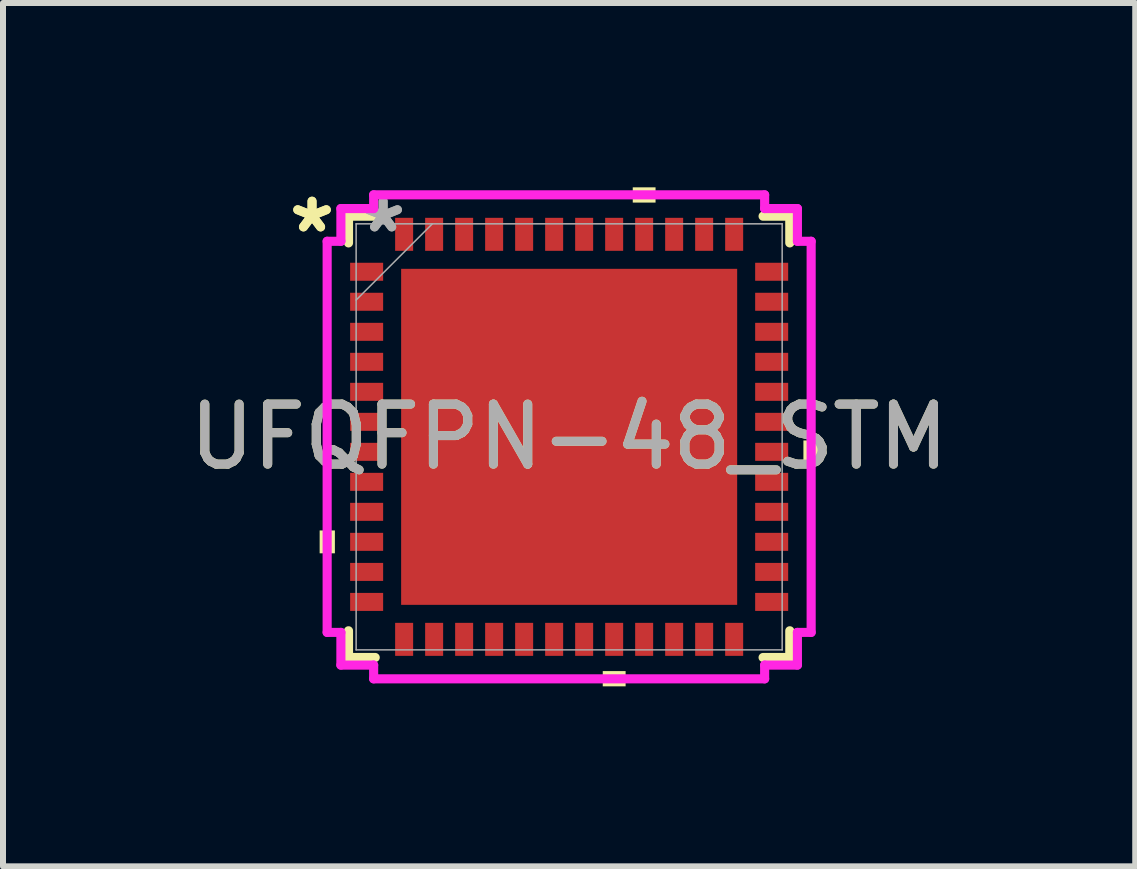
<source format=kicad_pcb>
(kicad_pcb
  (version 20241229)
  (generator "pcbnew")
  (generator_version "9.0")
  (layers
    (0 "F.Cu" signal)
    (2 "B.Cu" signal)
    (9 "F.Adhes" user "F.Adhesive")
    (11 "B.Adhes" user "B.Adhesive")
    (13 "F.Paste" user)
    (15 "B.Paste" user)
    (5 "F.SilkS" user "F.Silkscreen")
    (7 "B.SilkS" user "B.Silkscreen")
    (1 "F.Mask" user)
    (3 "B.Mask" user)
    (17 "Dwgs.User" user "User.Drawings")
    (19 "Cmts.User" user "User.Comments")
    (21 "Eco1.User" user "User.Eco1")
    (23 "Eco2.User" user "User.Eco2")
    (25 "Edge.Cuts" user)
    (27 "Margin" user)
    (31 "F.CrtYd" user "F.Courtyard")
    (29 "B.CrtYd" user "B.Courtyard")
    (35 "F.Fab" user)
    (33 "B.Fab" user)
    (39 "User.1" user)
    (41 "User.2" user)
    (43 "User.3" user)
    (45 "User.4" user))
  (footprint "UFQFPN-48_STM"
    (layer "F.Cu")
    (at 6.435 4.23)
    (property "Reference" "UFQFPN-48_STM" (at 0 0 0) (unlocked yes) (layer "F.SilkS") (effects (font (size 1 1) (thickness 0.15))))
    (attr smd)
    (fp_line (start -3.677 -3.677) (end -3.677 -3.232) (stroke (width 0.152) (type solid)) (layer "F.SilkS"))
    (fp_line (start -3.677 3.232) (end -3.677 3.677) (stroke (width 0.152) (type solid)) (layer "F.SilkS"))
    (fp_line (start -3.677 3.677) (end -3.232 3.677) (stroke (width 0.152) (type solid)) (layer "F.SilkS"))
    (fp_line (start -3.232 -3.677) (end -3.677 -3.677) (stroke (width 0.152) (type solid)) (layer "F.SilkS"))
    (fp_line (start 3.232 3.677) (end 3.677 3.677) (stroke (width 0.152) (type solid)) (layer "F.SilkS"))
    (fp_line (start 3.677 -3.677) (end 3.232 -3.677) (stroke (width 0.152) (type solid)) (layer "F.SilkS"))
    (fp_line (start 3.677 -3.232) (end 3.677 -3.677) (stroke (width 0.152) (type solid)) (layer "F.SilkS"))
    (fp_line (start 3.677 3.677) (end 3.677 3.232) (stroke (width 0.152) (type solid)) (layer "F.SilkS"))
    (fp_poly (pts (xy -4.158 1.56) (xy -4.158 1.941) (xy -3.904 1.941) (xy -3.904 1.56)) (stroke (width 0) (type solid)) (fill yes) (layer "F.SilkS"))
    (fp_poly (pts (xy 0.56 3.904) (xy 0.56 4.158) (xy 0.941 4.158) (xy 0.941 3.904)) (stroke (width 0) (type solid)) (fill yes) (layer "F.SilkS"))
    (fp_poly (pts (xy 1.06 -3.904) (xy 1.06 -4.158) (xy 1.44 -4.158) (xy 1.44 -3.904)) (stroke (width 0) (type solid)) (fill yes) (layer "F.SilkS"))
    (fp_poly (pts (xy 4.158 0.06) (xy 4.158 0.441) (xy 3.904 0.441) (xy 3.904 0.06)) (stroke (width 0) (type solid)) (fill yes) (layer "F.SilkS"))
    (fp_poly (pts (xy -2.7 -2.7) (xy -2.7 -1.5) (xy -1.5 -1.5) (xy -1.5 -2.7)) (stroke (width 0) (type solid)) (fill yes) (layer "F.Paste"))
    (fp_poly (pts (xy -2.7 -1.3) (xy -2.7 -0.1) (xy -1.5 -0.1) (xy -1.5 -1.3)) (stroke (width 0) (type solid)) (fill yes) (layer "F.Paste"))
    (fp_poly (pts (xy -2.7 0.1) (xy -2.7 1.3) (xy -1.5 1.3) (xy -1.5 0.1)) (stroke (width 0) (type solid)) (fill yes) (layer "F.Paste"))
    (fp_poly (pts (xy -2.7 1.5) (xy -2.7 2.7) (xy -1.5 2.7) (xy -1.5 1.5)) (stroke (width 0) (type solid)) (fill yes) (layer "F.Paste"))
    (fp_poly (pts (xy -1.3 -2.7) (xy -1.3 -1.5) (xy -0.1 -1.5) (xy -0.1 -2.7)) (stroke (width 0) (type solid)) (fill yes) (layer "F.Paste"))
    (fp_poly (pts (xy -1.3 -1.3) (xy -1.3 -0.1) (xy -0.1 -0.1) (xy -0.1 -1.3)) (stroke (width 0) (type solid)) (fill yes) (layer "F.Paste"))
    (fp_poly (pts (xy -1.3 0.1) (xy -1.3 1.3) (xy -0.1 1.3) (xy -0.1 0.1)) (stroke (width 0) (type solid)) (fill yes) (layer "F.Paste"))
    (fp_poly (pts (xy -1.3 1.5) (xy -1.3 2.7) (xy -0.1 2.7) (xy -0.1 1.5)) (stroke (width 0) (type solid)) (fill yes) (layer "F.Paste"))
    (fp_poly (pts (xy 0.1 -2.7) (xy 0.1 -1.5) (xy 1.3 -1.5) (xy 1.3 -2.7)) (stroke (width 0) (type solid)) (fill yes) (layer "F.Paste"))
    (fp_poly (pts (xy 0.1 -1.3) (xy 0.1 -0.1) (xy 1.3 -0.1) (xy 1.3 -1.3)) (stroke (width 0) (type solid)) (fill yes) (layer "F.Paste"))
    (fp_poly (pts (xy 0.1 0.1) (xy 0.1 1.3) (xy 1.3 1.3) (xy 1.3 0.1)) (stroke (width 0) (type solid)) (fill yes) (layer "F.Paste"))
    (fp_poly (pts (xy 0.1 1.5) (xy 0.1 2.7) (xy 1.3 2.7) (xy 1.3 1.5)) (stroke (width 0) (type solid)) (fill yes) (layer "F.Paste"))
    (fp_poly (pts (xy 1.5 -2.7) (xy 1.5 -1.5) (xy 2.7 -1.5) (xy 2.7 -2.7)) (stroke (width 0) (type solid)) (fill yes) (layer "F.Paste"))
    (fp_poly (pts (xy 1.5 -1.3) (xy 1.5 -0.1) (xy 2.7 -0.1) (xy 2.7 -1.3)) (stroke (width 0) (type solid)) (fill yes) (layer "F.Paste"))
    (fp_poly (pts (xy 1.5 0.1) (xy 1.5 1.3) (xy 2.7 1.3) (xy 2.7 0.1)) (stroke (width 0) (type solid)) (fill yes) (layer "F.Paste"))
    (fp_poly (pts (xy 1.5 1.5) (xy 1.5 2.7) (xy 2.7 2.7) (xy 2.7 1.5)) (stroke (width 0) (type solid)) (fill yes) (layer "F.Paste"))
    (fp_line (start -4.033 -3.259) (end -3.804 -3.259) (stroke (width 0.152) (type solid)) (layer "F.CrtYd"))
    (fp_line (start -4.033 3.259) (end -4.033 -3.259) (stroke (width 0.152) (type solid)) (layer "F.CrtYd"))
    (fp_line (start -3.804 -3.804) (end -3.258 -3.804) (stroke (width 0.152) (type solid)) (layer "F.CrtYd"))
    (fp_line (start -3.804 -3.259) (end -3.804 -3.804) (stroke (width 0.152) (type solid)) (layer "F.CrtYd"))
    (fp_line (start -3.804 3.259) (end -4.033 3.259) (stroke (width 0.152) (type solid)) (layer "F.CrtYd"))
    (fp_line (start -3.804 3.804) (end -3.804 3.259) (stroke (width 0.152) (type solid)) (layer "F.CrtYd"))
    (fp_line (start -3.258 -4.033) (end 3.258 -4.033) (stroke (width 0.152) (type solid)) (layer "F.CrtYd"))
    (fp_line (start -3.258 -3.804) (end -3.258 -4.033) (stroke (width 0.152) (type solid)) (layer "F.CrtYd"))
    (fp_line (start -3.258 3.804) (end -3.804 3.804) (stroke (width 0.152) (type solid)) (layer "F.CrtYd"))
    (fp_line (start -3.258 4.033) (end -3.258 3.804) (stroke (width 0.152) (type solid)) (layer "F.CrtYd"))
    (fp_line (start 3.258 -4.033) (end 3.258 -3.804) (stroke (width 0.152) (type solid)) (layer "F.CrtYd"))
    (fp_line (start 3.258 -3.804) (end 3.804 -3.804) (stroke (width 0.152) (type solid)) (layer "F.CrtYd"))
    (fp_line (start 3.258 3.804) (end 3.258 4.033) (stroke (width 0.152) (type solid)) (layer "F.CrtYd"))
    (fp_line (start 3.258 4.033) (end -3.258 4.033) (stroke (width 0.152) (type solid)) (layer "F.CrtYd"))
    (fp_line (start 3.804 -3.804) (end 3.804 -3.259) (stroke (width 0.152) (type solid)) (layer "F.CrtYd"))
    (fp_line (start 3.804 -3.259) (end 4.033 -3.259) (stroke (width 0.152) (type solid)) (layer "F.CrtYd"))
    (fp_line (start 3.804 3.259) (end 3.804 3.804) (stroke (width 0.152) (type solid)) (layer "F.CrtYd"))
    (fp_line (start 3.804 3.804) (end 3.258 3.804) (stroke (width 0.152) (type solid)) (layer "F.CrtYd"))
    (fp_line (start 4.033 -3.259) (end 4.033 3.259) (stroke (width 0.152) (type solid)) (layer "F.CrtYd"))
    (fp_line (start 4.033 3.259) (end 3.804 3.259) (stroke (width 0.152) (type solid)) (layer "F.CrtYd"))
    (fp_line (start -3.55 -3.55) (end -3.55 3.55) (stroke (width 0.025) (type solid)) (layer "F.Fab"))
    (fp_line (start -3.55 -2.28) (end -2.28 -3.55) (stroke (width 0.025) (type solid)) (layer "F.Fab"))
    (fp_line (start -3.55 3.55) (end 3.55 3.55) (stroke (width 0.025) (type solid)) (layer "F.Fab"))
    (fp_line (start 3.55 -3.55) (end -3.55 -3.55) (stroke (width 0.025) (type solid)) (layer "F.Fab"))
    (fp_line (start 3.55 3.55) (end 3.55 -3.55) (stroke (width 0.025) (type solid)) (layer "F.Fab"))
    (fp_text user "*" (at -4.285 -3.382 0) (layer "F.SilkS") (effects (font (size 1 1) (thickness 0.15))))
    (fp_text user "*" (at -4.285 -3.382 0) (unlocked yes) (layer "F.SilkS") (effects (font (size 1 1) (thickness 0.15))))
    (fp_text user "${REFERENCE}" (at 0 0 0) (unlocked yes) (layer "F.Fab") (effects (font (size 1 1) (thickness 0.15))))
    (fp_text user "*" (at -3.1 -3.382 0) (layer "F.Fab") (effects (font (size 1 1) (thickness 0.15))))
    (fp_text user "*" (at -3.1 -3.382 0) (unlocked yes) (layer "F.Fab") (effects (font (size 1 1) (thickness 0.15))))
    (pad "1" smd rect (at -3.375 -2.751 90) (size 0.3 0.55) (layers "F.Cu" "F.Mask" "F.Paste"))
    (pad "2" smd rect (at -3.375 -2.251 90) (size 0.3 0.55) (layers "F.Cu" "F.Mask" "F.Paste"))
    (pad "3" smd rect (at -3.375 -1.75 90) (size 0.3 0.55) (layers "F.Cu" "F.Mask" "F.Paste"))
    (pad "4" smd rect (at -3.375 -1.25 90) (size 0.3 0.55) (layers "F.Cu" "F.Mask" "F.Paste"))
    (pad "5" smd rect (at -3.375 -0.75 90) (size 0.3 0.55) (layers "F.Cu" "F.Mask" "F.Paste"))
    (pad "6" smd rect (at -3.375 -0.25 90) (size 0.3 0.55) (layers "F.Cu" "F.Mask" "F.Paste"))
    (pad "7" smd rect (at -3.375 0.25 90) (size 0.3 0.55) (layers "F.Cu" "F.Mask" "F.Paste"))
    (pad "8" smd rect (at -3.375 0.75 90) (size 0.3 0.55) (layers "F.Cu" "F.Mask" "F.Paste"))
    (pad "9" smd rect (at -3.375 1.25 90) (size 0.3 0.55) (layers "F.Cu" "F.Mask" "F.Paste"))
    (pad "10" smd rect (at -3.375 1.75 90) (size 0.3 0.55) (layers "F.Cu" "F.Mask" "F.Paste"))
    (pad "11" smd rect (at -3.375 2.251 90) (size 0.3 0.55) (layers "F.Cu" "F.Mask" "F.Paste"))
    (pad "12" smd rect (at -3.375 2.751 90) (size 0.3 0.55) (layers "F.Cu" "F.Mask" "F.Paste"))
    (pad "13" smd rect (at -2.75 3.375) (size 0.3 0.55) (layers "F.Cu" "F.Mask" "F.Paste"))
    (pad "14" smd rect (at -2.25 3.375) (size 0.3 0.55) (layers "F.Cu" "F.Mask" "F.Paste"))
    (pad "15" smd rect (at -1.75 3.375) (size 0.3 0.55) (layers "F.Cu" "F.Mask" "F.Paste"))
    (pad "16" smd rect (at -1.25 3.375) (size 0.3 0.55) (layers "F.Cu" "F.Mask" "F.Paste"))
    (pad "17" smd rect (at -0.75 3.375) (size 0.3 0.55) (layers "F.Cu" "F.Mask" "F.Paste"))
    (pad "18" smd rect (at -0.25 3.375) (size 0.3 0.55) (layers "F.Cu" "F.Mask" "F.Paste"))
    (pad "19" smd rect (at 0.25 3.375) (size 0.3 0.55) (layers "F.Cu" "F.Mask" "F.Paste"))
    (pad "20" smd rect (at 0.75 3.375) (size 0.3 0.55) (layers "F.Cu" "F.Mask" "F.Paste"))
    (pad "21" smd rect (at 1.25 3.375) (size 0.3 0.55) (layers "F.Cu" "F.Mask" "F.Paste"))
    (pad "22" smd rect (at 1.75 3.375) (size 0.3 0.55) (layers "F.Cu" "F.Mask" "F.Paste"))
    (pad "23" smd rect (at 2.25 3.375) (size 0.3 0.55) (layers "F.Cu" "F.Mask" "F.Paste"))
    (pad "24" smd rect (at 2.75 3.375) (size 0.3 0.55) (layers "F.Cu" "F.Mask" "F.Paste"))
    (pad "25" smd rect (at 3.375 2.751 90) (size 0.3 0.55) (layers "F.Cu" "F.Mask" "F.Paste"))
    (pad "26" smd rect (at 3.375 2.251 90) (size 0.3 0.55) (layers "F.Cu" "F.Mask" "F.Paste"))
    (pad "27" smd rect (at 3.375 1.75 90) (size 0.3 0.55) (layers "F.Cu" "F.Mask" "F.Paste"))
    (pad "28" smd rect (at 3.375 1.25 90) (size 0.3 0.55) (layers "F.Cu" "F.Mask" "F.Paste"))
    (pad "29" smd rect (at 3.375 0.75 90) (size 0.3 0.55) (layers "F.Cu" "F.Mask" "F.Paste"))
    (pad "30" smd rect (at 3.375 0.25 90) (size 0.3 0.55) (layers "F.Cu" "F.Mask" "F.Paste"))
    (pad "31" smd rect (at 3.375 -0.25 90) (size 0.3 0.55) (layers "F.Cu" "F.Mask" "F.Paste"))
    (pad "32" smd rect (at 3.375 -0.75 90) (size 0.3 0.55) (layers "F.Cu" "F.Mask" "F.Paste"))
    (pad "33" smd rect (at 3.375 -1.25 90) (size 0.3 0.55) (layers "F.Cu" "F.Mask" "F.Paste"))
    (pad "34" smd rect (at 3.375 -1.75 90) (size 0.3 0.55) (layers "F.Cu" "F.Mask" "F.Paste"))
    (pad "35" smd rect (at 3.375 -2.251 90) (size 0.3 0.55) (layers "F.Cu" "F.Mask" "F.Paste"))
    (pad "36" smd rect (at 3.375 -2.751 90) (size 0.3 0.55) (layers "F.Cu" "F.Mask" "F.Paste"))
    (pad "37" smd rect (at 2.75 -3.375) (size 0.3 0.55) (layers "F.Cu" "F.Mask" "F.Paste"))
    (pad "38" smd rect (at 2.25 -3.375) (size 0.3 0.55) (layers "F.Cu" "F.Mask" "F.Paste"))
    (pad "39" smd rect (at 1.75 -3.375) (size 0.3 0.55) (layers "F.Cu" "F.Mask" "F.Paste"))
    (pad "40" smd rect (at 1.25 -3.375) (size 0.3 0.55) (layers "F.Cu" "F.Mask" "F.Paste"))
    (pad "41" smd rect (at 0.75 -3.375) (size 0.3 0.55) (layers "F.Cu" "F.Mask" "F.Paste"))
    (pad "42" smd rect (at 0.25 -3.375) (size 0.3 0.55) (layers "F.Cu" "F.Mask" "F.Paste"))
    (pad "43" smd rect (at -0.25 -3.375) (size 0.3 0.55) (layers "F.Cu" "F.Mask" "F.Paste"))
    (pad "44" smd rect (at -0.75 -3.375) (size 0.3 0.55) (layers "F.Cu" "F.Mask" "F.Paste"))
    (pad "45" smd rect (at -1.25 -3.375) (size 0.3 0.55) (layers "F.Cu" "F.Mask" "F.Paste"))
    (pad "46" smd rect (at -1.75 -3.375) (size 0.3 0.55) (layers "F.Cu" "F.Mask" "F.Paste"))
    (pad "47" smd rect (at -2.25 -3.375) (size 0.3 0.55) (layers "F.Cu" "F.Mask" "F.Paste"))
    (pad "48" smd rect (at -2.75 -3.375) (size 0.3 0.55) (layers "F.Cu" "F.Mask" "F.Paste"))
    (pad "49" smd rect (at 0 0) (size 5.6 5.6) (layers "F.Cu" "F.Mask")))
  (gr_rect
    (start -3 -3)
    (end 15.869 11.388)
    (stroke (width 0.1) (type default))
    (fill no)
    (layer "Edge.Cuts")))
</source>
